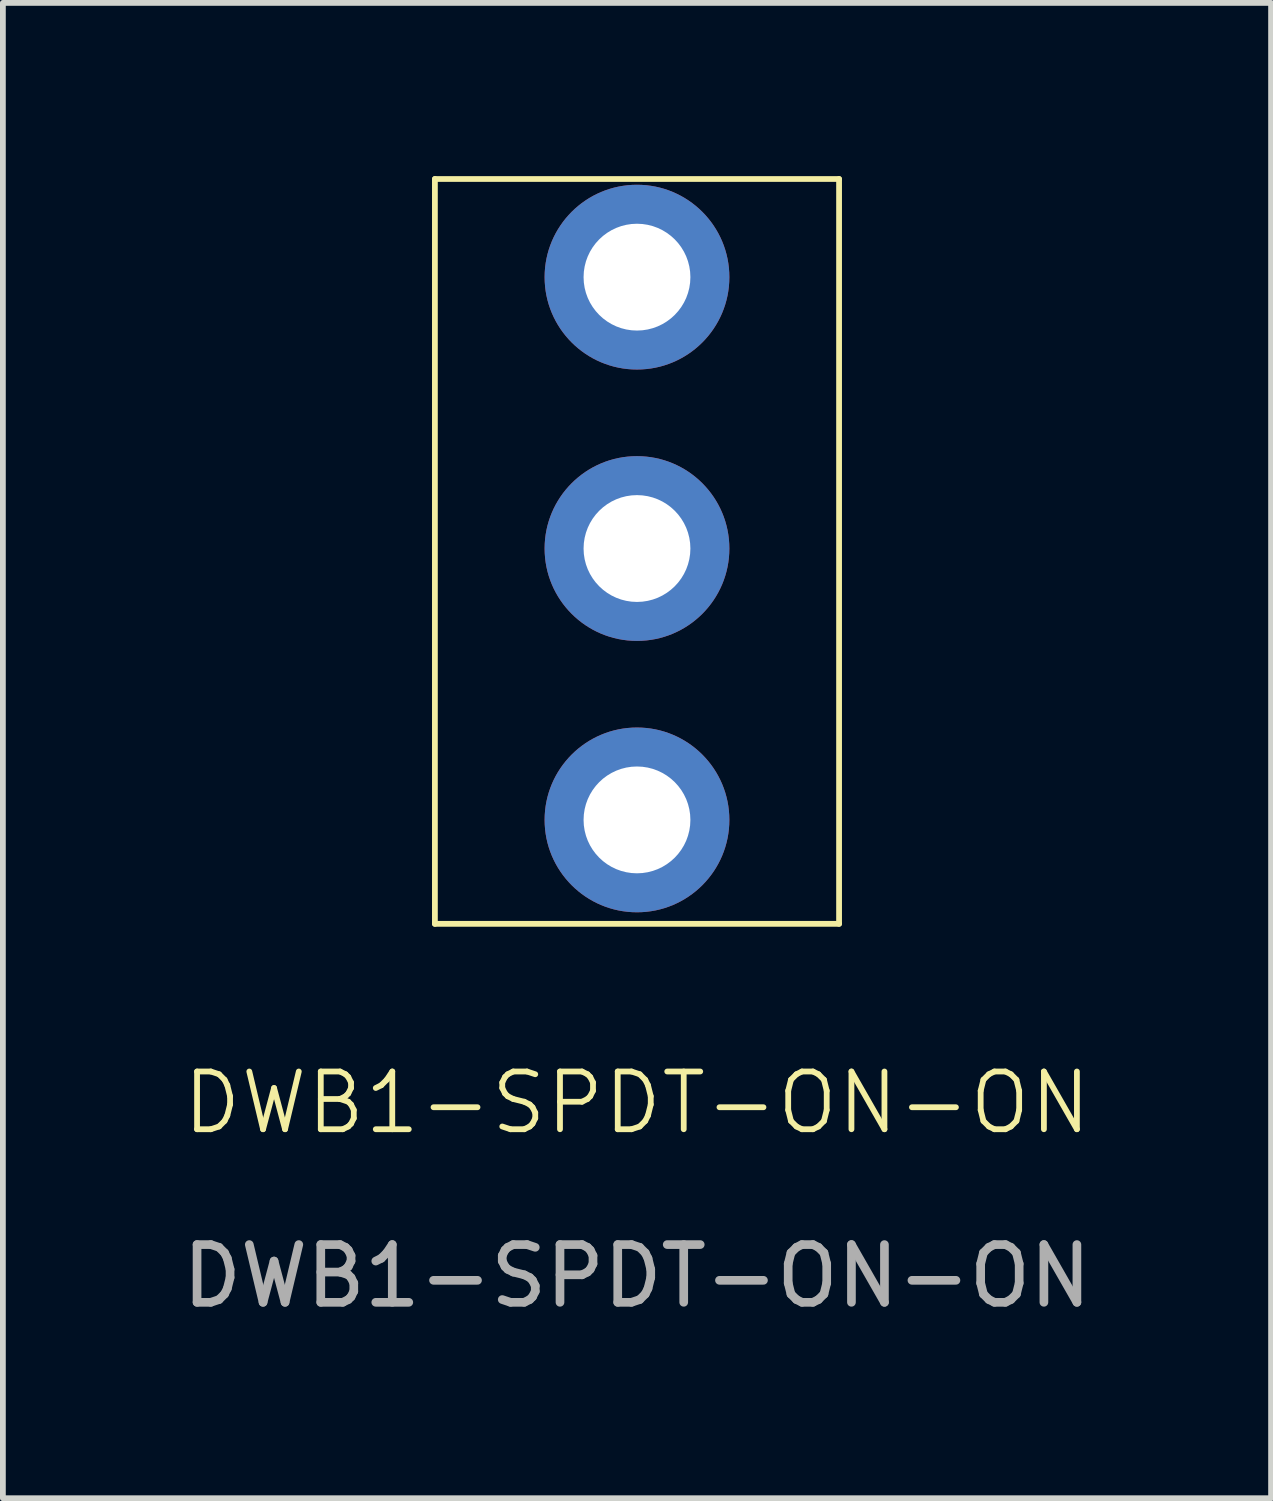
<source format=kicad_pcb>
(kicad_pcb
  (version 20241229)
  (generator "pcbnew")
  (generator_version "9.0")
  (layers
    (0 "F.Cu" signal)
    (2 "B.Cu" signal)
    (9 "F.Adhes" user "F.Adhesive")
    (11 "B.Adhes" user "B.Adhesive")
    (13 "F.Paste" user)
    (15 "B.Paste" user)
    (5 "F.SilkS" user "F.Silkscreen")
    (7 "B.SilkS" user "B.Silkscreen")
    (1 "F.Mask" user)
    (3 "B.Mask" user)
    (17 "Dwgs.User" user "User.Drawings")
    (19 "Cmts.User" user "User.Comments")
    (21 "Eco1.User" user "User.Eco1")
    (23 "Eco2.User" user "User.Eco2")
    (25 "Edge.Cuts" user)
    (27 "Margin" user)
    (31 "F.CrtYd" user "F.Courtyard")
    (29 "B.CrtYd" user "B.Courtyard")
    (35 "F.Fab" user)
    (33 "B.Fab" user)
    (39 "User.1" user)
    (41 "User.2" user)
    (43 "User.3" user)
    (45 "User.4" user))
  (footprint "DWB1-SPDT-ON-ON"
    (layer "F.Cu")
    (at 7.982 11.15)
    (property "Reference" "DWB1-SPDT-ON-ON" (at 0 4.9 0) (unlocked yes) (layer "F.SilkS") (effects (font (size 1 1) (thickness 0.1))))
    (attr through_hole)
    (fp_line (start -3.5 -11.1) (end 3.5 -11.1) (stroke (width 0.1) (type default)) (layer "F.SilkS"))
    (fp_line (start -3.5 1.8) (end -3.5 -11.1) (stroke (width 0.1) (type default)) (layer "F.SilkS"))
    (fp_line (start -3.5 1.8) (end 3.5 1.8) (stroke (width 0.1) (type default)) (layer "F.SilkS"))
    (fp_line (start 3.5 1.8) (end 3.5 -11.1) (stroke (width 0.1) (type default)) (layer "F.SilkS"))
    (fp_text user "${REFERENCE}" (at 0 7.9 0) (unlocked yes) (layer "F.Fab") (effects (font (size 1 1) (thickness 0.15))))
    (pad "1" thru_hole circle (at 0 0) (size 3.2 3.2) (drill 1.85) (layers "*.Cu" "*.Mask"))
    (pad "2" thru_hole circle (at 0 -4.7) (size 3.2 3.2) (drill 1.85) (layers "*.Cu" "*.Mask"))
    (pad "3" thru_hole circle (at 0 -9.4) (size 3.2 3.2) (drill 1.85) (layers "*.Cu" "*.Mask")))
  (gr_rect
    (start -3 -3)
    (end 18.964 22.898)
    (stroke (width 0.1) (type default))
    (fill no)
    (layer "Edge.Cuts")))
</source>
